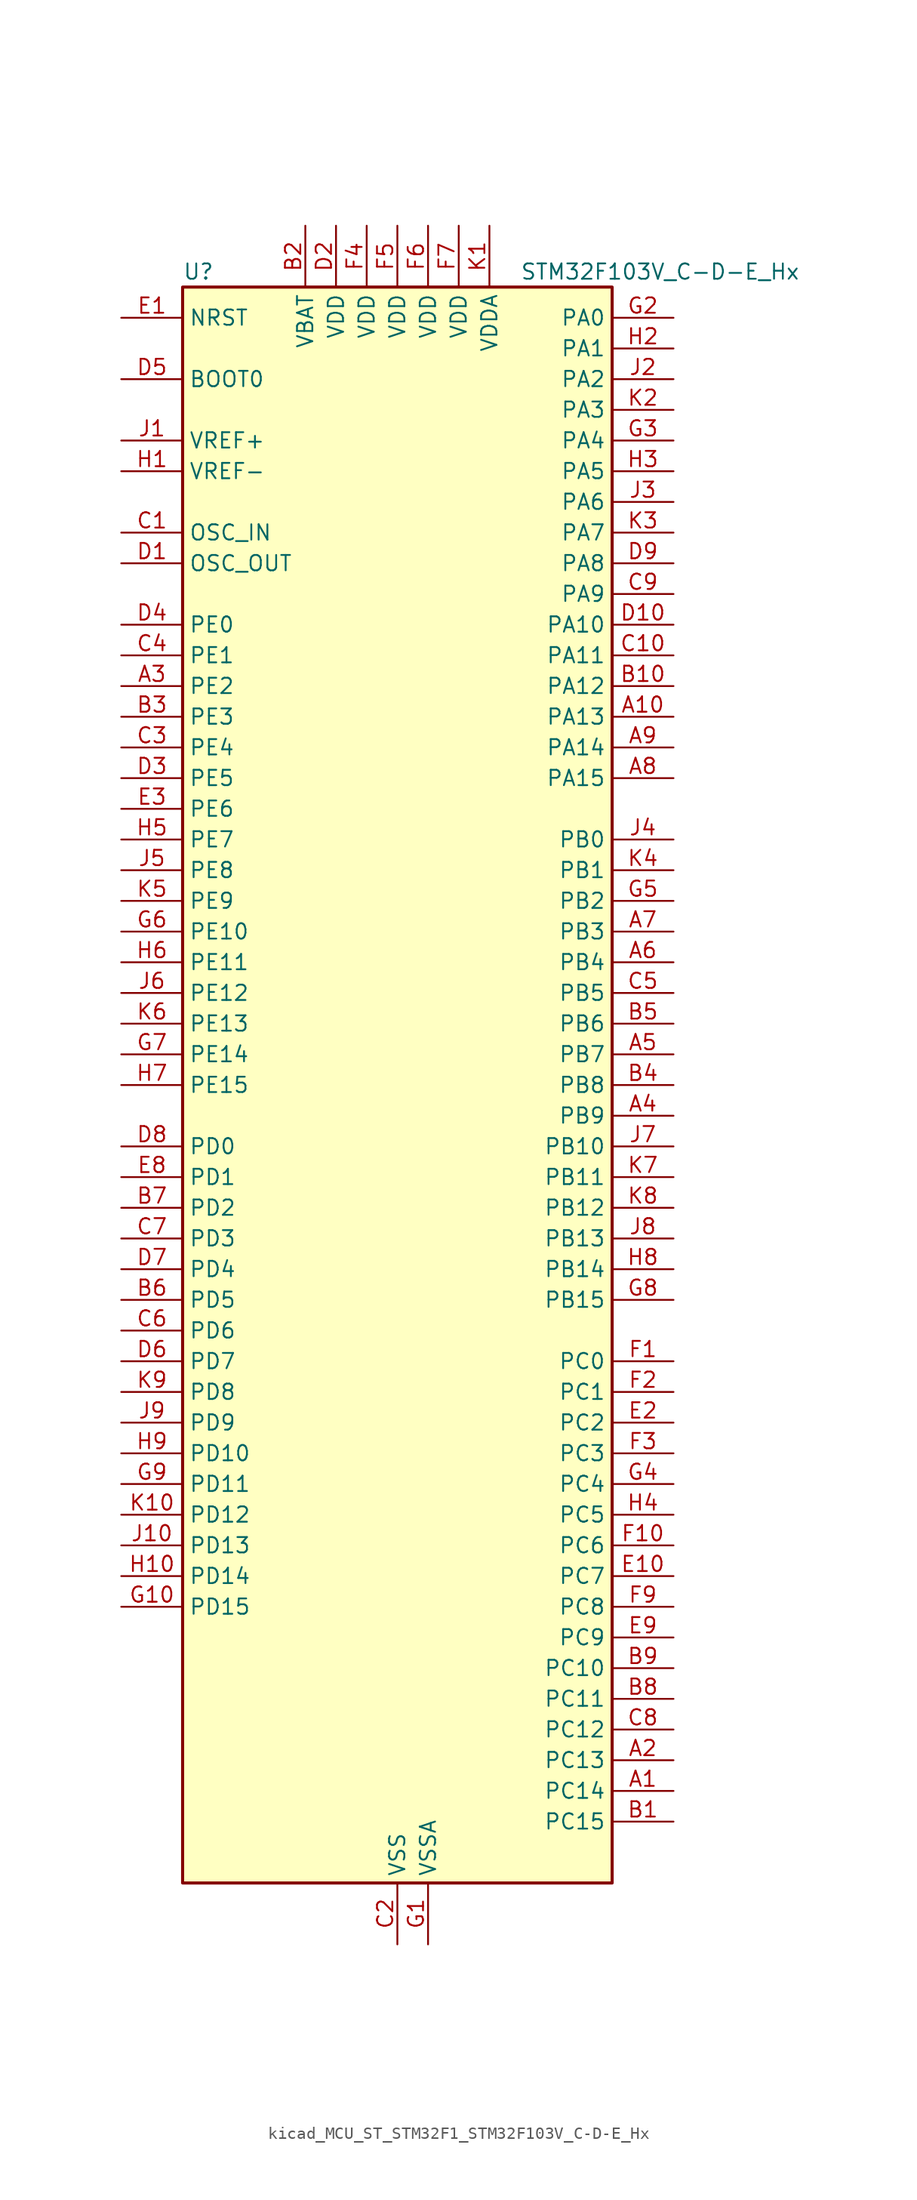
<source format=kicad_sym>
(kicad_symbol_lib
  (version 20220914)
  (generator kicad_symbol_editor)
  (symbol "kicad_MCU_ST_STM32F1_STM32F103V_C-D-E_Hx"
    (property "Reference" "U"
      (at -17.78 67.31 0)
      (effects (font (size 1.27 1.27)) (justify left)))
    (property "Value" "STM32F103V_C-D-E_Hx"
      (at 10.16 67.31 0)
      (effects (font (size 1.27 1.27)) (justify left)))
    (property "ki_locked" ""
      (at 0 0 0)
      (effects (font (size 1.27 1.27))))
    (symbol "kicad_MCU_ST_STM32F1_STM32F103V_C-D-E_Hx_0_1"
      (rectangle (start -17.78 -66.04) (end 17.78 66.04) (stroke (width 0.254) (type default)) (fill (type background))))
    (symbol "kicad_MCU_ST_STM32F1_STM32F103V_C-D-E_Hx_1_1"
      (pin bidirectional line (at 22.86 -58.42 180) (length 5.08) (name "PC14" (effects (font (size 1.27 1.27)))) (number "A1" (effects (font (size 1.27 1.27)))) (alternate "RCC_OSC32_IN" bidirectional line))
      (pin bidirectional line (at 22.86 30.48 180) (length 5.08) (name "PA13" (effects (font (size 1.27 1.27)))) (number "A10" (effects (font (size 1.27 1.27)))) (alternate "SYS_JTMS-SWDIO" bidirectional line))
      (pin bidirectional line (at 22.86 -55.88 180) (length 5.08) (name "PC13" (effects (font (size 1.27 1.27)))) (number "A2" (effects (font (size 1.27 1.27)))) (alternate "RTC_OUT" bidirectional line) (alternate "RTC_TAMPER" bidirectional line))
      (pin bidirectional line (at -22.86 33.02 0) (length 5.08) (name "PE2" (effects (font (size 1.27 1.27)))) (number "A3" (effects (font (size 1.27 1.27)))) (alternate "FSMC_A23" bidirectional line) (alternate "SYS_TRACECLK" bidirectional line))
      (pin bidirectional line (at 22.86 -2.54 180) (length 5.08) (name "PB9" (effects (font (size 1.27 1.27)))) (number "A4" (effects (font (size 1.27 1.27)))) (alternate "CAN_TX" bidirectional line) (alternate "DAC_EXTI9" bidirectional line) (alternate "I2C1_SDA" bidirectional line) (alternate "SDIO_D5" bidirectional line) (alternate "TIM4_CH4" bidirectional line))
      (pin bidirectional line (at 22.86 2.54 180) (length 5.08) (name "PB7" (effects (font (size 1.27 1.27)))) (number "A5" (effects (font (size 1.27 1.27)))) (alternate "FSMC_NL" bidirectional line) (alternate "I2C1_SDA" bidirectional line) (alternate "TIM4_CH2" bidirectional line) (alternate "USART1_RX" bidirectional line))
      (pin bidirectional line (at 22.86 10.16 180) (length 5.08) (name "PB4" (effects (font (size 1.27 1.27)))) (number "A6" (effects (font (size 1.27 1.27)))) (alternate "SPI1_MISO" bidirectional line) (alternate "SPI3_MISO" bidirectional line) (alternate "SYS_NJTRST" bidirectional line) (alternate "TIM3_CH1" bidirectional line))
      (pin bidirectional line (at 22.86 12.7 180) (length 5.08) (name "PB3" (effects (font (size 1.27 1.27)))) (number "A7" (effects (font (size 1.27 1.27)))) (alternate "I2S3_CK" bidirectional line) (alternate "SPI1_SCK" bidirectional line) (alternate "SPI3_SCK" bidirectional line) (alternate "SYS_JTDO-TRACESWO" bidirectional line) (alternate "TIM2_CH2" bidirectional line))
      (pin bidirectional line (at 22.86 25.4 180) (length 5.08) (name "PA15" (effects (font (size 1.27 1.27)))) (number "A8" (effects (font (size 1.27 1.27)))) (alternate "ADC1_EXTI15" bidirectional line) (alternate "ADC2_EXTI15" bidirectional line) (alternate "I2S3_WS" bidirectional line) (alternate "SPI1_NSS" bidirectional line) (alternate "SPI3_NSS" bidirectional line) (alternate "SYS_JTDI" bidirectional line) (alternate "TIM2_CH1" bidirectional line) (alternate "TIM2_ETR" bidirectional line))
      (pin bidirectional line (at 22.86 27.94 180) (length 5.08) (name "PA14" (effects (font (size 1.27 1.27)))) (number "A9" (effects (font (size 1.27 1.27)))) (alternate "SYS_JTCK-SWCLK" bidirectional line))
      (pin bidirectional line (at 22.86 -60.96 180) (length 5.08) (name "PC15" (effects (font (size 1.27 1.27)))) (number "B1" (effects (font (size 1.27 1.27)))) (alternate "ADC1_EXTI15" bidirectional line) (alternate "ADC2_EXTI15" bidirectional line) (alternate "RCC_OSC32_OUT" bidirectional line))
      (pin bidirectional line (at 22.86 33.02 180) (length 5.08) (name "PA12" (effects (font (size 1.27 1.27)))) (number "B10" (effects (font (size 1.27 1.27)))) (alternate "CAN_TX" bidirectional line) (alternate "TIM1_ETR" bidirectional line) (alternate "USART1_RTS" bidirectional line) (alternate "USB_DP" bidirectional line))
      (pin power_in line (at -7.62 71.12 270) (length 5.08) (name "VBAT" (effects (font (size 1.27 1.27)))) (number "B2" (effects (font (size 1.27 1.27)))))
      (pin bidirectional line (at -22.86 30.48 0) (length 5.08) (name "PE3" (effects (font (size 1.27 1.27)))) (number "B3" (effects (font (size 1.27 1.27)))) (alternate "FSMC_A19" bidirectional line) (alternate "SYS_TRACED0" bidirectional line))
      (pin bidirectional line (at 22.86 0 180) (length 5.08) (name "PB8" (effects (font (size 1.27 1.27)))) (number "B4" (effects (font (size 1.27 1.27)))) (alternate "CAN_RX" bidirectional line) (alternate "I2C1_SCL" bidirectional line) (alternate "SDIO_D4" bidirectional line) (alternate "TIM4_CH3" bidirectional line))
      (pin bidirectional line (at 22.86 5.08 180) (length 5.08) (name "PB6" (effects (font (size 1.27 1.27)))) (number "B5" (effects (font (size 1.27 1.27)))) (alternate "I2C1_SCL" bidirectional line) (alternate "TIM4_CH1" bidirectional line) (alternate "USART1_TX" bidirectional line))
      (pin bidirectional line (at -22.86 -17.78 0) (length 5.08) (name "PD5" (effects (font (size 1.27 1.27)))) (number "B6" (effects (font (size 1.27 1.27)))) (alternate "FSMC_NWE" bidirectional line) (alternate "USART2_TX" bidirectional line))
      (pin bidirectional line (at -22.86 -10.16 0) (length 5.08) (name "PD2" (effects (font (size 1.27 1.27)))) (number "B7" (effects (font (size 1.27 1.27)))) (alternate "SDIO_CMD" bidirectional line) (alternate "TIM3_ETR" bidirectional line) (alternate "UART5_RX" bidirectional line))
      (pin bidirectional line (at 22.86 -50.8 180) (length 5.08) (name "PC11" (effects (font (size 1.27 1.27)))) (number "B8" (effects (font (size 1.27 1.27)))) (alternate "ADC1_EXTI11" bidirectional line) (alternate "ADC2_EXTI11" bidirectional line) (alternate "SDIO_D3" bidirectional line) (alternate "UART4_RX" bidirectional line) (alternate "USART3_RX" bidirectional line))
      (pin bidirectional line (at 22.86 -48.26 180) (length 5.08) (name "PC10" (effects (font (size 1.27 1.27)))) (number "B9" (effects (font (size 1.27 1.27)))) (alternate "SDIO_D2" bidirectional line) (alternate "UART4_TX" bidirectional line) (alternate "USART3_TX" bidirectional line))
      (pin input line (at -22.86 45.72 0) (length 5.08) (name "OSC_IN" (effects (font (size 1.27 1.27)))) (number "C1" (effects (font (size 1.27 1.27)))) (alternate "RCC_OSC_IN" bidirectional line))
      (pin bidirectional line (at 22.86 35.56 180) (length 5.08) (name "PA11" (effects (font (size 1.27 1.27)))) (number "C10" (effects (font (size 1.27 1.27)))) (alternate "ADC1_EXTI11" bidirectional line) (alternate "ADC2_EXTI11" bidirectional line) (alternate "CAN_RX" bidirectional line) (alternate "TIM1_CH4" bidirectional line) (alternate "USART1_CTS" bidirectional line) (alternate "USB_DM" bidirectional line))
      (pin power_in line (at 0 -71.12 90) (length 5.08) (name "VSS" (effects (font (size 1.27 1.27)))) (number "C2" (effects (font (size 1.27 1.27)))))
      (pin bidirectional line (at -22.86 27.94 0) (length 5.08) (name "PE4" (effects (font (size 1.27 1.27)))) (number "C3" (effects (font (size 1.27 1.27)))) (alternate "FSMC_A20" bidirectional line) (alternate "SYS_TRACED1" bidirectional line))
      (pin bidirectional line (at -22.86 35.56 0) (length 5.08) (name "PE1" (effects (font (size 1.27 1.27)))) (number "C4" (effects (font (size 1.27 1.27)))) (alternate "FSMC_NBL1" bidirectional line))
      (pin bidirectional line (at 22.86 7.62 180) (length 5.08) (name "PB5" (effects (font (size 1.27 1.27)))) (number "C5" (effects (font (size 1.27 1.27)))) (alternate "I2C1_SMBA" bidirectional line) (alternate "I2S3_SD" bidirectional line) (alternate "SPI1_MOSI" bidirectional line) (alternate "SPI3_MOSI" bidirectional line) (alternate "TIM3_CH2" bidirectional line))
      (pin bidirectional line (at -22.86 -20.32 0) (length 5.08) (name "PD6" (effects (font (size 1.27 1.27)))) (number "C6" (effects (font (size 1.27 1.27)))) (alternate "FSMC_NWAIT" bidirectional line) (alternate "USART2_RX" bidirectional line))
      (pin bidirectional line (at -22.86 -12.7 0) (length 5.08) (name "PD3" (effects (font (size 1.27 1.27)))) (number "C7" (effects (font (size 1.27 1.27)))) (alternate "FSMC_CLK" bidirectional line) (alternate "USART2_CTS" bidirectional line))
      (pin bidirectional line (at 22.86 -53.34 180) (length 5.08) (name "PC12" (effects (font (size 1.27 1.27)))) (number "C8" (effects (font (size 1.27 1.27)))) (alternate "SDIO_CK" bidirectional line) (alternate "UART5_TX" bidirectional line) (alternate "USART3_CK" bidirectional line))
      (pin bidirectional line (at 22.86 40.64 180) (length 5.08) (name "PA9" (effects (font (size 1.27 1.27)))) (number "C9" (effects (font (size 1.27 1.27)))) (alternate "DAC_EXTI9" bidirectional line) (alternate "TIM1_CH2" bidirectional line) (alternate "USART1_TX" bidirectional line))
      (pin input line (at -22.86 43.18 0) (length 5.08) (name "OSC_OUT" (effects (font (size 1.27 1.27)))) (number "D1" (effects (font (size 1.27 1.27)))) (alternate "RCC_OSC_OUT" bidirectional line))
      (pin bidirectional line (at 22.86 38.1 180) (length 5.08) (name "PA10" (effects (font (size 1.27 1.27)))) (number "D10" (effects (font (size 1.27 1.27)))) (alternate "TIM1_CH3" bidirectional line) (alternate "USART1_RX" bidirectional line))
      (pin power_in line (at -5.08 71.12 270) (length 5.08) (name "VDD" (effects (font (size 1.27 1.27)))) (number "D2" (effects (font (size 1.27 1.27)))))
      (pin bidirectional line (at -22.86 25.4 0) (length 5.08) (name "PE5" (effects (font (size 1.27 1.27)))) (number "D3" (effects (font (size 1.27 1.27)))) (alternate "FSMC_A21" bidirectional line) (alternate "SYS_TRACED2" bidirectional line))
      (pin bidirectional line (at -22.86 38.1 0) (length 5.08) (name "PE0" (effects (font (size 1.27 1.27)))) (number "D4" (effects (font (size 1.27 1.27)))) (alternate "FSMC_NBL0" bidirectional line) (alternate "TIM4_ETR" bidirectional line))
      (pin input line (at -22.86 58.42 0) (length 5.08) (name "BOOT0" (effects (font (size 1.27 1.27)))) (number "D5" (effects (font (size 1.27 1.27)))))
      (pin bidirectional line (at -22.86 -22.86 0) (length 5.08) (name "PD7" (effects (font (size 1.27 1.27)))) (number "D6" (effects (font (size 1.27 1.27)))) (alternate "FSMC_NCE2" bidirectional line) (alternate "FSMC_NE1" bidirectional line) (alternate "USART2_CK" bidirectional line))
      (pin bidirectional line (at -22.86 -15.24 0) (length 5.08) (name "PD4" (effects (font (size 1.27 1.27)))) (number "D7" (effects (font (size 1.27 1.27)))) (alternate "FSMC_NOE" bidirectional line) (alternate "USART2_RTS" bidirectional line))
      (pin bidirectional line (at -22.86 -5.08 0) (length 5.08) (name "PD0" (effects (font (size 1.27 1.27)))) (number "D8" (effects (font (size 1.27 1.27)))) (alternate "CAN_RX" bidirectional line) (alternate "FSMC_D2" bidirectional line) (alternate "FSMC_DA2" bidirectional line))
      (pin bidirectional line (at 22.86 43.18 180) (length 5.08) (name "PA8" (effects (font (size 1.27 1.27)))) (number "D9" (effects (font (size 1.27 1.27)))) (alternate "RCC_MCO" bidirectional line) (alternate "TIM1_CH1" bidirectional line) (alternate "USART1_CK" bidirectional line))
      (pin input line (at -22.86 63.5 0) (length 5.08) (name "NRST" (effects (font (size 1.27 1.27)))) (number "E1" (effects (font (size 1.27 1.27)))))
      (pin bidirectional line (at 22.86 -40.64 180) (length 5.08) (name "PC7" (effects (font (size 1.27 1.27)))) (number "E10" (effects (font (size 1.27 1.27)))) (alternate "I2S3_MCK" bidirectional line) (alternate "SDIO_D7" bidirectional line) (alternate "TIM3_CH2" bidirectional line) (alternate "TIM8_CH2" bidirectional line))
      (pin bidirectional line (at 22.86 -27.94 180) (length 5.08) (name "PC2" (effects (font (size 1.27 1.27)))) (number "E2" (effects (font (size 1.27 1.27)))) (alternate "ADC1_IN12" bidirectional line) (alternate "ADC2_IN12" bidirectional line) (alternate "ADC3_IN12" bidirectional line))
      (pin bidirectional line (at -22.86 22.86 0) (length 5.08) (name "PE6" (effects (font (size 1.27 1.27)))) (number "E3" (effects (font (size 1.27 1.27)))) (alternate "FSMC_A22" bidirectional line) (alternate "SYS_TRACED3" bidirectional line))
      (pin passive line (at 0 -71.12 90) (length 5.08) hide (name "VSS" (effects (font (size 1.27 1.27)))) (number "E4" (effects (font (size 1.27 1.27)))))
      (pin passive line (at 0 -71.12 90) (length 5.08) hide (name "VSS" (effects (font (size 1.27 1.27)))) (number "E5" (effects (font (size 1.27 1.27)))))
      (pin passive line (at 0 -71.12 90) (length 5.08) hide (name "VSS" (effects (font (size 1.27 1.27)))) (number "E6" (effects (font (size 1.27 1.27)))))
      (pin passive line (at 0 -71.12 90) (length 5.08) hide (name "VSS" (effects (font (size 1.27 1.27)))) (number "E7" (effects (font (size 1.27 1.27)))))
      (pin bidirectional line (at -22.86 -7.62 0) (length 5.08) (name "PD1" (effects (font (size 1.27 1.27)))) (number "E8" (effects (font (size 1.27 1.27)))) (alternate "CAN_TX" bidirectional line) (alternate "FSMC_D3" bidirectional line) (alternate "FSMC_DA3" bidirectional line))
      (pin bidirectional line (at 22.86 -45.72 180) (length 5.08) (name "PC9" (effects (font (size 1.27 1.27)))) (number "E9" (effects (font (size 1.27 1.27)))) (alternate "DAC_EXTI9" bidirectional line) (alternate "SDIO_D1" bidirectional line) (alternate "TIM3_CH4" bidirectional line) (alternate "TIM8_CH4" bidirectional line))
      (pin bidirectional line (at 22.86 -22.86 180) (length 5.08) (name "PC0" (effects (font (size 1.27 1.27)))) (number "F1" (effects (font (size 1.27 1.27)))) (alternate "ADC1_IN10" bidirectional line) (alternate "ADC2_IN10" bidirectional line) (alternate "ADC3_IN10" bidirectional line))
      (pin bidirectional line (at 22.86 -38.1 180) (length 5.08) (name "PC6" (effects (font (size 1.27 1.27)))) (number "F10" (effects (font (size 1.27 1.27)))) (alternate "I2S2_MCK" bidirectional line) (alternate "SDIO_D6" bidirectional line) (alternate "TIM3_CH1" bidirectional line) (alternate "TIM8_CH1" bidirectional line))
      (pin bidirectional line (at 22.86 -25.4 180) (length 5.08) (name "PC1" (effects (font (size 1.27 1.27)))) (number "F2" (effects (font (size 1.27 1.27)))) (alternate "ADC1_IN11" bidirectional line) (alternate "ADC2_IN11" bidirectional line) (alternate "ADC3_IN11" bidirectional line))
      (pin bidirectional line (at 22.86 -30.48 180) (length 5.08) (name "PC3" (effects (font (size 1.27 1.27)))) (number "F3" (effects (font (size 1.27 1.27)))) (alternate "ADC1_IN13" bidirectional line) (alternate "ADC2_IN13" bidirectional line) (alternate "ADC3_IN13" bidirectional line))
      (pin power_in line (at -2.54 71.12 270) (length 5.08) (name "VDD" (effects (font (size 1.27 1.27)))) (number "F4" (effects (font (size 1.27 1.27)))))
      (pin power_in line (at 0 71.12 270) (length 5.08) (name "VDD" (effects (font (size 1.27 1.27)))) (number "F5" (effects (font (size 1.27 1.27)))))
      (pin power_in line (at 2.54 71.12 270) (length 5.08) (name "VDD" (effects (font (size 1.27 1.27)))) (number "F6" (effects (font (size 1.27 1.27)))))
      (pin power_in line (at 5.08 71.12 270) (length 5.08) (name "VDD" (effects (font (size 1.27 1.27)))) (number "F7" (effects (font (size 1.27 1.27)))))
      (pin no_connect line (at -17.78 -66.04 0) (length 5.08) hide (name "NC" (effects (font (size 1.27 1.27)))) (number "F8" (effects (font (size 1.27 1.27)))))
      (pin bidirectional line (at 22.86 -43.18 180) (length 5.08) (name "PC8" (effects (font (size 1.27 1.27)))) (number "F9" (effects (font (size 1.27 1.27)))) (alternate "SDIO_D0" bidirectional line) (alternate "TIM3_CH3" bidirectional line) (alternate "TIM8_CH3" bidirectional line))
      (pin power_in line (at 2.54 -71.12 90) (length 5.08) (name "VSSA" (effects (font (size 1.27 1.27)))) (number "G1" (effects (font (size 1.27 1.27)))))
      (pin bidirectional line (at -22.86 -43.18 0) (length 5.08) (name "PD15" (effects (font (size 1.27 1.27)))) (number "G10" (effects (font (size 1.27 1.27)))) (alternate "ADC1_EXTI15" bidirectional line) (alternate "ADC2_EXTI15" bidirectional line) (alternate "FSMC_D1" bidirectional line) (alternate "FSMC_DA1" bidirectional line) (alternate "TIM4_CH4" bidirectional line))
      (pin bidirectional line (at 22.86 63.5 180) (length 5.08) (name "PA0" (effects (font (size 1.27 1.27)))) (number "G2" (effects (font (size 1.27 1.27)))) (alternate "ADC1_IN0" bidirectional line) (alternate "ADC2_IN0" bidirectional line) (alternate "ADC3_IN0" bidirectional line) (alternate "SYS_WKUP" bidirectional line) (alternate "TIM2_CH1" bidirectional line) (alternate "TIM2_ETR" bidirectional line) (alternate "TIM5_CH1" bidirectional line) (alternate "TIM8_ETR" bidirectional line) (alternate "USART2_CTS" bidirectional line))
      (pin bidirectional line (at 22.86 53.34 180) (length 5.08) (name "PA4" (effects (font (size 1.27 1.27)))) (number "G3" (effects (font (size 1.27 1.27)))) (alternate "ADC1_IN4" bidirectional line) (alternate "ADC2_IN4" bidirectional line) (alternate "DAC_OUT1" bidirectional line) (alternate "SPI1_NSS" bidirectional line) (alternate "USART2_CK" bidirectional line))
      (pin bidirectional line (at 22.86 -33.02 180) (length 5.08) (name "PC4" (effects (font (size 1.27 1.27)))) (number "G4" (effects (font (size 1.27 1.27)))) (alternate "ADC1_IN14" bidirectional line) (alternate "ADC2_IN14" bidirectional line))
      (pin bidirectional line (at 22.86 15.24 180) (length 5.08) (name "PB2" (effects (font (size 1.27 1.27)))) (number "G5" (effects (font (size 1.27 1.27)))))
      (pin bidirectional line (at -22.86 12.7 0) (length 5.08) (name "PE10" (effects (font (size 1.27 1.27)))) (number "G6" (effects (font (size 1.27 1.27)))) (alternate "FSMC_D7" bidirectional line) (alternate "FSMC_DA7" bidirectional line) (alternate "TIM1_CH2N" bidirectional line))
      (pin bidirectional line (at -22.86 2.54 0) (length 5.08) (name "PE14" (effects (font (size 1.27 1.27)))) (number "G7" (effects (font (size 1.27 1.27)))) (alternate "FSMC_D11" bidirectional line) (alternate "FSMC_DA11" bidirectional line) (alternate "TIM1_CH4" bidirectional line))
      (pin bidirectional line (at 22.86 -17.78 180) (length 5.08) (name "PB15" (effects (font (size 1.27 1.27)))) (number "G8" (effects (font (size 1.27 1.27)))) (alternate "ADC1_EXTI15" bidirectional line) (alternate "ADC2_EXTI15" bidirectional line) (alternate "I2S2_SD" bidirectional line) (alternate "SPI2_MOSI" bidirectional line) (alternate "TIM1_CH3N" bidirectional line))
      (pin bidirectional line (at -22.86 -33.02 0) (length 5.08) (name "PD11" (effects (font (size 1.27 1.27)))) (number "G9" (effects (font (size 1.27 1.27)))) (alternate "ADC1_EXTI11" bidirectional line) (alternate "ADC2_EXTI11" bidirectional line) (alternate "FSMC_A16" bidirectional line) (alternate "FSMC_CLE" bidirectional line) (alternate "USART3_CTS" bidirectional line))
      (pin input line (at -22.86 50.8 0) (length 5.08) (name "VREF-" (effects (font (size 1.27 1.27)))) (number "H1" (effects (font (size 1.27 1.27)))))
      (pin bidirectional line (at -22.86 -40.64 0) (length 5.08) (name "PD14" (effects (font (size 1.27 1.27)))) (number "H10" (effects (font (size 1.27 1.27)))) (alternate "FSMC_D0" bidirectional line) (alternate "FSMC_DA0" bidirectional line) (alternate "TIM4_CH3" bidirectional line))
      (pin bidirectional line (at 22.86 60.96 180) (length 5.08) (name "PA1" (effects (font (size 1.27 1.27)))) (number "H2" (effects (font (size 1.27 1.27)))) (alternate "ADC1_IN1" bidirectional line) (alternate "ADC2_IN1" bidirectional line) (alternate "ADC3_IN1" bidirectional line) (alternate "TIM2_CH2" bidirectional line) (alternate "TIM5_CH2" bidirectional line) (alternate "USART2_RTS" bidirectional line))
      (pin bidirectional line (at 22.86 50.8 180) (length 5.08) (name "PA5" (effects (font (size 1.27 1.27)))) (number "H3" (effects (font (size 1.27 1.27)))) (alternate "ADC1_IN5" bidirectional line) (alternate "ADC2_IN5" bidirectional line) (alternate "DAC_OUT2" bidirectional line) (alternate "SPI1_SCK" bidirectional line))
      (pin bidirectional line (at 22.86 -35.56 180) (length 5.08) (name "PC5" (effects (font (size 1.27 1.27)))) (number "H4" (effects (font (size 1.27 1.27)))) (alternate "ADC1_IN15" bidirectional line) (alternate "ADC2_IN15" bidirectional line))
      (pin bidirectional line (at -22.86 20.32 0) (length 5.08) (name "PE7" (effects (font (size 1.27 1.27)))) (number "H5" (effects (font (size 1.27 1.27)))) (alternate "FSMC_D4" bidirectional line) (alternate "FSMC_DA4" bidirectional line) (alternate "TIM1_ETR" bidirectional line))
      (pin bidirectional line (at -22.86 10.16 0) (length 5.08) (name "PE11" (effects (font (size 1.27 1.27)))) (number "H6" (effects (font (size 1.27 1.27)))) (alternate "ADC1_EXTI11" bidirectional line) (alternate "ADC2_EXTI11" bidirectional line) (alternate "FSMC_D8" bidirectional line) (alternate "FSMC_DA8" bidirectional line) (alternate "TIM1_CH2" bidirectional line))
      (pin bidirectional line (at -22.86 0 0) (length 5.08) (name "PE15" (effects (font (size 1.27 1.27)))) (number "H7" (effects (font (size 1.27 1.27)))) (alternate "ADC1_EXTI15" bidirectional line) (alternate "ADC2_EXTI15" bidirectional line) (alternate "FSMC_D12" bidirectional line) (alternate "FSMC_DA12" bidirectional line) (alternate "TIM1_BKIN" bidirectional line))
      (pin bidirectional line (at 22.86 -15.24 180) (length 5.08) (name "PB14" (effects (font (size 1.27 1.27)))) (number "H8" (effects (font (size 1.27 1.27)))) (alternate "SPI2_MISO" bidirectional line) (alternate "TIM1_CH2N" bidirectional line) (alternate "USART3_RTS" bidirectional line))
      (pin bidirectional line (at -22.86 -30.48 0) (length 5.08) (name "PD10" (effects (font (size 1.27 1.27)))) (number "H9" (effects (font (size 1.27 1.27)))) (alternate "FSMC_D15" bidirectional line) (alternate "FSMC_DA15" bidirectional line) (alternate "USART3_CK" bidirectional line))
      (pin input line (at -22.86 53.34 0) (length 5.08) (name "VREF+" (effects (font (size 1.27 1.27)))) (number "J1" (effects (font (size 1.27 1.27)))))
      (pin bidirectional line (at -22.86 -38.1 0) (length 5.08) (name "PD13" (effects (font (size 1.27 1.27)))) (number "J10" (effects (font (size 1.27 1.27)))) (alternate "FSMC_A18" bidirectional line) (alternate "TIM4_CH2" bidirectional line))
      (pin bidirectional line (at 22.86 58.42 180) (length 5.08) (name "PA2" (effects (font (size 1.27 1.27)))) (number "J2" (effects (font (size 1.27 1.27)))) (alternate "ADC1_IN2" bidirectional line) (alternate "ADC2_IN2" bidirectional line) (alternate "ADC3_IN2" bidirectional line) (alternate "TIM2_CH3" bidirectional line) (alternate "TIM5_CH3" bidirectional line) (alternate "USART2_TX" bidirectional line))
      (pin bidirectional line (at 22.86 48.26 180) (length 5.08) (name "PA6" (effects (font (size 1.27 1.27)))) (number "J3" (effects (font (size 1.27 1.27)))) (alternate "ADC1_IN6" bidirectional line) (alternate "ADC2_IN6" bidirectional line) (alternate "SPI1_MISO" bidirectional line) (alternate "TIM1_BKIN" bidirectional line) (alternate "TIM3_CH1" bidirectional line) (alternate "TIM8_BKIN" bidirectional line))
      (pin bidirectional line (at 22.86 20.32 180) (length 5.08) (name "PB0" (effects (font (size 1.27 1.27)))) (number "J4" (effects (font (size 1.27 1.27)))) (alternate "ADC1_IN8" bidirectional line) (alternate "ADC2_IN8" bidirectional line) (alternate "TIM1_CH2N" bidirectional line) (alternate "TIM3_CH3" bidirectional line) (alternate "TIM8_CH2N" bidirectional line))
      (pin bidirectional line (at -22.86 17.78 0) (length 5.08) (name "PE8" (effects (font (size 1.27 1.27)))) (number "J5" (effects (font (size 1.27 1.27)))) (alternate "FSMC_D5" bidirectional line) (alternate "FSMC_DA5" bidirectional line) (alternate "TIM1_CH1N" bidirectional line))
      (pin bidirectional line (at -22.86 7.62 0) (length 5.08) (name "PE12" (effects (font (size 1.27 1.27)))) (number "J6" (effects (font (size 1.27 1.27)))) (alternate "FSMC_D9" bidirectional line) (alternate "FSMC_DA9" bidirectional line) (alternate "TIM1_CH3N" bidirectional line))
      (pin bidirectional line (at 22.86 -5.08 180) (length 5.08) (name "PB10" (effects (font (size 1.27 1.27)))) (number "J7" (effects (font (size 1.27 1.27)))) (alternate "I2C2_SCL" bidirectional line) (alternate "TIM2_CH3" bidirectional line) (alternate "USART3_TX" bidirectional line))
      (pin bidirectional line (at 22.86 -12.7 180) (length 5.08) (name "PB13" (effects (font (size 1.27 1.27)))) (number "J8" (effects (font (size 1.27 1.27)))) (alternate "I2S2_CK" bidirectional line) (alternate "SPI2_SCK" bidirectional line) (alternate "TIM1_CH1N" bidirectional line) (alternate "USART3_CTS" bidirectional line))
      (pin bidirectional line (at -22.86 -27.94 0) (length 5.08) (name "PD9" (effects (font (size 1.27 1.27)))) (number "J9" (effects (font (size 1.27 1.27)))) (alternate "DAC_EXTI9" bidirectional line) (alternate "FSMC_D14" bidirectional line) (alternate "FSMC_DA14" bidirectional line) (alternate "USART3_RX" bidirectional line))
      (pin power_in line (at 7.62 71.12 270) (length 5.08) (name "VDDA" (effects (font (size 1.27 1.27)))) (number "K1" (effects (font (size 1.27 1.27)))))
      (pin bidirectional line (at -22.86 -35.56 0) (length 5.08) (name "PD12" (effects (font (size 1.27 1.27)))) (number "K10" (effects (font (size 1.27 1.27)))) (alternate "FSMC_A17" bidirectional line) (alternate "FSMC_ALE" bidirectional line) (alternate "TIM4_CH1" bidirectional line) (alternate "USART3_RTS" bidirectional line))
      (pin bidirectional line (at 22.86 55.88 180) (length 5.08) (name "PA3" (effects (font (size 1.27 1.27)))) (number "K2" (effects (font (size 1.27 1.27)))) (alternate "ADC1_IN3" bidirectional line) (alternate "ADC2_IN3" bidirectional line) (alternate "ADC3_IN3" bidirectional line) (alternate "TIM2_CH4" bidirectional line) (alternate "TIM5_CH4" bidirectional line) (alternate "USART2_RX" bidirectional line))
      (pin bidirectional line (at 22.86 45.72 180) (length 5.08) (name "PA7" (effects (font (size 1.27 1.27)))) (number "K3" (effects (font (size 1.27 1.27)))) (alternate "ADC1_IN7" bidirectional line) (alternate "ADC2_IN7" bidirectional line) (alternate "SPI1_MOSI" bidirectional line) (alternate "TIM1_CH1N" bidirectional line) (alternate "TIM3_CH2" bidirectional line) (alternate "TIM8_CH1N" bidirectional line))
      (pin bidirectional line (at 22.86 17.78 180) (length 5.08) (name "PB1" (effects (font (size 1.27 1.27)))) (number "K4" (effects (font (size 1.27 1.27)))) (alternate "ADC1_IN9" bidirectional line) (alternate "ADC2_IN9" bidirectional line) (alternate "TIM1_CH3N" bidirectional line) (alternate "TIM3_CH4" bidirectional line) (alternate "TIM8_CH3N" bidirectional line))
      (pin bidirectional line (at -22.86 15.24 0) (length 5.08) (name "PE9" (effects (font (size 1.27 1.27)))) (number "K5" (effects (font (size 1.27 1.27)))) (alternate "DAC_EXTI9" bidirectional line) (alternate "FSMC_D6" bidirectional line) (alternate "FSMC_DA6" bidirectional line) (alternate "TIM1_CH1" bidirectional line))
      (pin bidirectional line (at -22.86 5.08 0) (length 5.08) (name "PE13" (effects (font (size 1.27 1.27)))) (number "K6" (effects (font (size 1.27 1.27)))) (alternate "FSMC_D10" bidirectional line) (alternate "FSMC_DA10" bidirectional line) (alternate "TIM1_CH3" bidirectional line))
      (pin bidirectional line (at 22.86 -7.62 180) (length 5.08) (name "PB11" (effects (font (size 1.27 1.27)))) (number "K7" (effects (font (size 1.27 1.27)))) (alternate "ADC1_EXTI11" bidirectional line) (alternate "ADC2_EXTI11" bidirectional line) (alternate "I2C2_SDA" bidirectional line) (alternate "TIM2_CH4" bidirectional line) (alternate "USART3_RX" bidirectional line))
      (pin bidirectional line (at 22.86 -10.16 180) (length 5.08) (name "PB12" (effects (font (size 1.27 1.27)))) (number "K8" (effects (font (size 1.27 1.27)))) (alternate "I2C2_SMBA" bidirectional line) (alternate "I2S2_WS" bidirectional line) (alternate "SPI2_NSS" bidirectional line) (alternate "TIM1_BKIN" bidirectional line) (alternate "USART3_CK" bidirectional line))
      (pin bidirectional line (at -22.86 -25.4 0) (length 5.08) (name "PD8" (effects (font (size 1.27 1.27)))) (number "K9" (effects (font (size 1.27 1.27)))) (alternate "FSMC_D13" bidirectional line) (alternate "FSMC_DA13" bidirectional line) (alternate "USART3_TX" bidirectional line)))))
</source>
